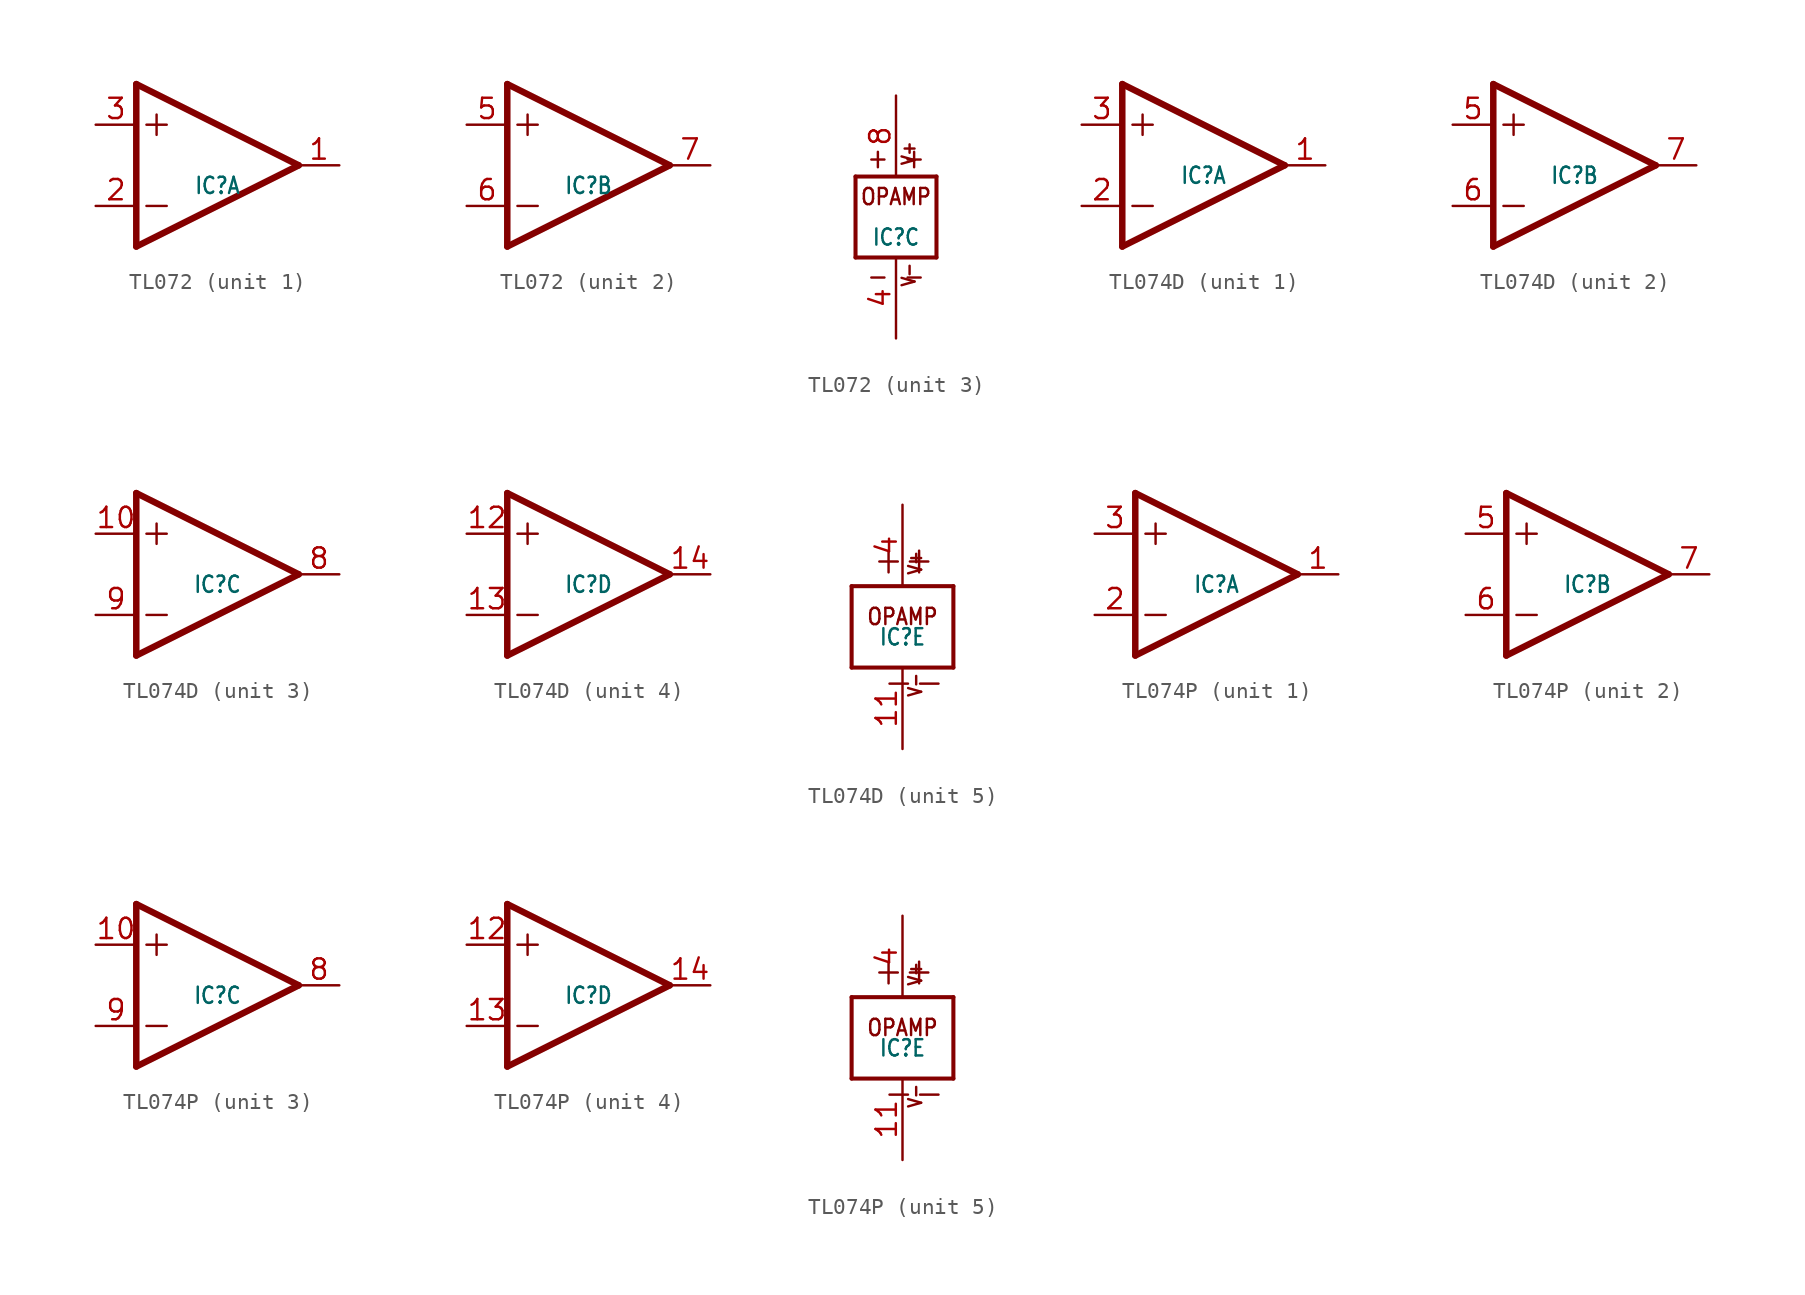
<source format=kicad_sym>
(kicad_symbol_lib
  (version 20231120)
  (generator "kicad_symbol_editor")
  (generator_version "8.0")
  (symbol "TL072"
    (property "Reference" "IC"
      (at 0 -1.27 0)
      (effects (font (size 1.016 0.864))))
    (property "ki_locked" ""
      (at 0 0 0)
      (effects (font (size 1.27 1.27))))
    (symbol "TL072_1_0"
      (polyline (pts (xy -5.08 -5.08) (xy 5.08 0)) (stroke (width 0.406) (type solid)) (fill (type none)))
      (polyline (pts (xy -5.08 5.08) (xy -5.08 -5.08)) (stroke (width 0.406) (type solid)) (fill (type none)))
      (polyline (pts (xy -4.445 -2.54) (xy -3.175 -2.54)) (stroke (width 0.152) (type solid)) (fill (type none)))
      (polyline (pts (xy -4.445 2.54) (xy -3.175 2.54)) (stroke (width 0.152) (type solid)) (fill (type none)))
      (polyline (pts (xy -3.81 3.175) (xy -3.81 1.905)) (stroke (width 0.152) (type solid)) (fill (type none)))
      (polyline (pts (xy 5.08 0) (xy -5.08 5.08)) (stroke (width 0.406) (type solid)) (fill (type none)))
      (pin output line (at 7.62 0 180) (length 2.54) (name "OUT" (effects (font (size 0 0)))) (number "1" (effects (font (size 1.27 1.27)))))
      (pin input line (at -7.62 -2.54 0) (length 2.54) (name "-IN" (effects (font (size 0 0)))) (number "2" (effects (font (size 1.27 1.27)))))
      (pin input line (at -7.62 2.54 0) (length 2.54) (name "+IN" (effects (font (size 0 0)))) (number "3" (effects (font (size 1.27 1.27))))))
    (symbol "TL072_2_0"
      (polyline (pts (xy -5.08 -5.08) (xy 5.08 0)) (stroke (width 0.406) (type solid)) (fill (type none)))
      (polyline (pts (xy -5.08 5.08) (xy -5.08 -5.08)) (stroke (width 0.406) (type solid)) (fill (type none)))
      (polyline (pts (xy -4.445 -2.54) (xy -3.175 -2.54)) (stroke (width 0.152) (type solid)) (fill (type none)))
      (polyline (pts (xy -4.445 2.54) (xy -3.175 2.54)) (stroke (width 0.152) (type solid)) (fill (type none)))
      (polyline (pts (xy -3.81 3.175) (xy -3.81 1.905)) (stroke (width 0.152) (type solid)) (fill (type none)))
      (polyline (pts (xy 5.08 0) (xy -5.08 5.08)) (stroke (width 0.406) (type solid)) (fill (type none)))
      (pin input line (at -7.62 2.54 0) (length 2.54) (name "+IN" (effects (font (size 0 0)))) (number "5" (effects (font (size 1.27 1.27)))))
      (pin input line (at -7.62 -2.54 0) (length 2.54) (name "-IN" (effects (font (size 0 0)))) (number "6" (effects (font (size 1.27 1.27)))))
      (pin output line (at 7.62 0 180) (length 2.54) (name "OUT" (effects (font (size 0 0)))) (number "7" (effects (font (size 1.27 1.27))))))
    (symbol "TL072_3_0"
      (polyline (pts (xy -2.54 -2.54) (xy -2.54 2.54)) (stroke (width 0.254) (type solid)) (fill (type none)))
      (polyline (pts (xy -2.54 2.54) (xy 2.54 2.54)) (stroke (width 0.254) (type solid)) (fill (type none)))
      (polyline (pts (xy 2.54 -2.54) (xy -2.54 -2.54)) (stroke (width 0.254) (type solid)) (fill (type none)))
      (polyline (pts (xy 2.54 2.54) (xy 2.54 -2.54)) (stroke (width 0.254) (type solid)) (fill (type none)))
      (text "+" (at -1.905 4.445 0) (effects (font (size 1.27 1.079)) (justify left top)))
      (text "+" (at 1.905 4.445 0) (effects (font (size 1.27 1.079)) (justify right top)))
      (text "-" (at -1.905 -4.445 0) (effects (font (size 1.27 1.079)) (justify left bottom)))
      (text "-" (at 1.905 -4.445 0) (effects (font (size 1.27 1.079)) (justify right bottom)))
      (text "OPAMP" (at 0 1.27 0) (effects (font (size 1.016 0.864))))
      (text "V+" (at 1.27 3.175 900) (effects (font (size 0.813 0.691)) (justify left bottom)))
      (text "V-" (at 1.27 -4.445 900) (effects (font (size 0.813 0.691)) (justify left bottom)))
      (pin power_in line (at 0 -7.62 90) (length 5.08) (name "V-" (effects (font (size 0 0)))) (number "4" (effects (font (size 1.27 1.27)))))
      (pin power_in line (at 0 7.62 270) (length 5.08) (name "V+" (effects (font (size 0 0)))) (number "8" (effects (font (size 1.27 1.27)))))))
  (symbol "TL074D"
    (property "Reference" "IC"
      (at 0 -0.635 0)
      (effects (font (size 1.016 0.864))))
    (property "ki_locked" ""
      (at 0 0 0)
      (effects (font (size 1.27 1.27))))
    (symbol "TL074D_1_0"
      (polyline (pts (xy -5.08 -5.08) (xy 5.08 0)) (stroke (width 0.406) (type solid)) (fill (type none)))
      (polyline (pts (xy -5.08 5.08) (xy -5.08 -5.08)) (stroke (width 0.406) (type solid)) (fill (type none)))
      (polyline (pts (xy -4.445 -2.54) (xy -3.175 -2.54)) (stroke (width 0.152) (type solid)) (fill (type none)))
      (polyline (pts (xy -4.445 2.54) (xy -3.175 2.54)) (stroke (width 0.152) (type solid)) (fill (type none)))
      (polyline (pts (xy -3.81 3.175) (xy -3.81 1.905)) (stroke (width 0.152) (type solid)) (fill (type none)))
      (polyline (pts (xy 5.08 0) (xy -5.08 5.08)) (stroke (width 0.406) (type solid)) (fill (type none)))
      (pin output line (at 7.62 0 180) (length 2.54) (name "OUT" (effects (font (size 0 0)))) (number "1" (effects (font (size 1.27 1.27)))))
      (pin input line (at -7.62 -2.54 0) (length 2.54) (name "-IN" (effects (font (size 0 0)))) (number "2" (effects (font (size 1.27 1.27)))))
      (pin input line (at -7.62 2.54 0) (length 2.54) (name "+IN" (effects (font (size 0 0)))) (number "3" (effects (font (size 1.27 1.27))))))
    (symbol "TL074D_2_0"
      (polyline (pts (xy -5.08 -5.08) (xy 5.08 0)) (stroke (width 0.406) (type solid)) (fill (type none)))
      (polyline (pts (xy -5.08 5.08) (xy -5.08 -5.08)) (stroke (width 0.406) (type solid)) (fill (type none)))
      (polyline (pts (xy -4.445 -2.54) (xy -3.175 -2.54)) (stroke (width 0.152) (type solid)) (fill (type none)))
      (polyline (pts (xy -4.445 2.54) (xy -3.175 2.54)) (stroke (width 0.152) (type solid)) (fill (type none)))
      (polyline (pts (xy -3.81 3.175) (xy -3.81 1.905)) (stroke (width 0.152) (type solid)) (fill (type none)))
      (polyline (pts (xy 5.08 0) (xy -5.08 5.08)) (stroke (width 0.406) (type solid)) (fill (type none)))
      (pin input line (at -7.62 2.54 0) (length 2.54) (name "+IN" (effects (font (size 0 0)))) (number "5" (effects (font (size 1.27 1.27)))))
      (pin input line (at -7.62 -2.54 0) (length 2.54) (name "-IN" (effects (font (size 0 0)))) (number "6" (effects (font (size 1.27 1.27)))))
      (pin output line (at 7.62 0 180) (length 2.54) (name "OUT" (effects (font (size 0 0)))) (number "7" (effects (font (size 1.27 1.27))))))
    (symbol "TL074D_3_0"
      (polyline (pts (xy -5.08 -5.08) (xy 5.08 0)) (stroke (width 0.406) (type solid)) (fill (type none)))
      (polyline (pts (xy -5.08 5.08) (xy -5.08 -5.08)) (stroke (width 0.406) (type solid)) (fill (type none)))
      (polyline (pts (xy -4.445 -2.54) (xy -3.175 -2.54)) (stroke (width 0.152) (type solid)) (fill (type none)))
      (polyline (pts (xy -4.445 2.54) (xy -3.175 2.54)) (stroke (width 0.152) (type solid)) (fill (type none)))
      (polyline (pts (xy -3.81 3.175) (xy -3.81 1.905)) (stroke (width 0.152) (type solid)) (fill (type none)))
      (polyline (pts (xy 5.08 0) (xy -5.08 5.08)) (stroke (width 0.406) (type solid)) (fill (type none)))
      (pin input line (at -7.62 2.54 0) (length 2.54) (name "+IN" (effects (font (size 0 0)))) (number "10" (effects (font (size 1.27 1.27)))))
      (pin output line (at 7.62 0 180) (length 2.54) (name "OUT" (effects (font (size 0 0)))) (number "8" (effects (font (size 1.27 1.27)))))
      (pin input line (at -7.62 -2.54 0) (length 2.54) (name "-IN" (effects (font (size 0 0)))) (number "9" (effects (font (size 1.27 1.27))))))
    (symbol "TL074D_4_0"
      (polyline (pts (xy -5.08 -5.08) (xy 5.08 0)) (stroke (width 0.406) (type solid)) (fill (type none)))
      (polyline (pts (xy -5.08 5.08) (xy -5.08 -5.08)) (stroke (width 0.406) (type solid)) (fill (type none)))
      (polyline (pts (xy -4.445 -2.54) (xy -3.175 -2.54)) (stroke (width 0.152) (type solid)) (fill (type none)))
      (polyline (pts (xy -4.445 2.54) (xy -3.175 2.54)) (stroke (width 0.152) (type solid)) (fill (type none)))
      (polyline (pts (xy -3.81 3.175) (xy -3.81 1.905)) (stroke (width 0.152) (type solid)) (fill (type none)))
      (polyline (pts (xy 5.08 0) (xy -5.08 5.08)) (stroke (width 0.406) (type solid)) (fill (type none)))
      (pin input line (at -7.62 2.54 0) (length 2.54) (name "+IN" (effects (font (size 0 0)))) (number "12" (effects (font (size 1.27 1.27)))))
      (pin input line (at -7.62 -2.54 0) (length 2.54) (name "-IN" (effects (font (size 0 0)))) (number "13" (effects (font (size 1.27 1.27)))))
      (pin output line (at 7.62 0 180) (length 2.54) (name "OUT" (effects (font (size 0 0)))) (number "14" (effects (font (size 1.27 1.27))))))
    (symbol "TL074D_5_0"
      (polyline (pts (xy -3.175 -2.54) (xy -3.175 2.54)) (stroke (width 0.254) (type solid)) (fill (type none)))
      (polyline (pts (xy -3.175 2.54) (xy 3.175 2.54)) (stroke (width 0.254) (type solid)) (fill (type none)))
      (polyline (pts (xy 3.175 -2.54) (xy -3.175 -2.54)) (stroke (width 0.254) (type solid)) (fill (type none)))
      (polyline (pts (xy 3.175 2.54) (xy 3.175 -2.54)) (stroke (width 0.254) (type solid)) (fill (type none)))
      (text "+" (at -1.905 3.175 0) (effects (font (size 1.778 1.511)) (justify left bottom)))
      (text "+" (at 0 3.175 0) (effects (font (size 1.778 1.511)) (justify left bottom)))
      (text "-" (at -1.27 -4.445 0) (effects (font (size 1.778 1.511)) (justify left bottom)))
      (text "-" (at 0.635 -4.445 0) (effects (font (size 1.778 1.511)) (justify left bottom)))
      (text "OPAMP" (at 0 0.635 0) (effects (font (size 1.016 0.864))))
      (text "V+" (at 1.27 3.175 900) (effects (font (size 0.813 0.691)) (justify left bottom)))
      (text "V-" (at 1.27 -4.445 900) (effects (font (size 0.813 0.691)) (justify left bottom)))
      (pin power_in line (at 0 -7.62 90) (length 5.08) (name "V-" (effects (font (size 0 0)))) (number "11" (effects (font (size 1.27 1.27)))))
      (pin power_in line (at 0 7.62 270) (length 5.08) (name "V+" (effects (font (size 0 0)))) (number "4" (effects (font (size 1.27 1.27)))))))
  (symbol "TL074P"
    (property "Reference" "IC"
      (at 0 -0.635 0)
      (effects (font (size 1.016 0.864))))
    (property "ki_locked" ""
      (at 0 0 0)
      (effects (font (size 1.27 1.27))))
    (symbol "TL074P_1_0"
      (polyline (pts (xy -5.08 -5.08) (xy 5.08 0)) (stroke (width 0.406) (type solid)) (fill (type none)))
      (polyline (pts (xy -5.08 5.08) (xy -5.08 -5.08)) (stroke (width 0.406) (type solid)) (fill (type none)))
      (polyline (pts (xy -4.445 -2.54) (xy -3.175 -2.54)) (stroke (width 0.152) (type solid)) (fill (type none)))
      (polyline (pts (xy -4.445 2.54) (xy -3.175 2.54)) (stroke (width 0.152) (type solid)) (fill (type none)))
      (polyline (pts (xy -3.81 3.175) (xy -3.81 1.905)) (stroke (width 0.152) (type solid)) (fill (type none)))
      (polyline (pts (xy 5.08 0) (xy -5.08 5.08)) (stroke (width 0.406) (type solid)) (fill (type none)))
      (pin output line (at 7.62 0 180) (length 2.54) (name "OUT" (effects (font (size 0 0)))) (number "1" (effects (font (size 1.27 1.27)))))
      (pin input line (at -7.62 -2.54 0) (length 2.54) (name "-IN" (effects (font (size 0 0)))) (number "2" (effects (font (size 1.27 1.27)))))
      (pin input line (at -7.62 2.54 0) (length 2.54) (name "+IN" (effects (font (size 0 0)))) (number "3" (effects (font (size 1.27 1.27))))))
    (symbol "TL074P_2_0"
      (polyline (pts (xy -5.08 -5.08) (xy 5.08 0)) (stroke (width 0.406) (type solid)) (fill (type none)))
      (polyline (pts (xy -5.08 5.08) (xy -5.08 -5.08)) (stroke (width 0.406) (type solid)) (fill (type none)))
      (polyline (pts (xy -4.445 -2.54) (xy -3.175 -2.54)) (stroke (width 0.152) (type solid)) (fill (type none)))
      (polyline (pts (xy -4.445 2.54) (xy -3.175 2.54)) (stroke (width 0.152) (type solid)) (fill (type none)))
      (polyline (pts (xy -3.81 3.175) (xy -3.81 1.905)) (stroke (width 0.152) (type solid)) (fill (type none)))
      (polyline (pts (xy 5.08 0) (xy -5.08 5.08)) (stroke (width 0.406) (type solid)) (fill (type none)))
      (pin input line (at -7.62 2.54 0) (length 2.54) (name "+IN" (effects (font (size 0 0)))) (number "5" (effects (font (size 1.27 1.27)))))
      (pin input line (at -7.62 -2.54 0) (length 2.54) (name "-IN" (effects (font (size 0 0)))) (number "6" (effects (font (size 1.27 1.27)))))
      (pin output line (at 7.62 0 180) (length 2.54) (name "OUT" (effects (font (size 0 0)))) (number "7" (effects (font (size 1.27 1.27))))))
    (symbol "TL074P_3_0"
      (polyline (pts (xy -5.08 -5.08) (xy 5.08 0)) (stroke (width 0.406) (type solid)) (fill (type none)))
      (polyline (pts (xy -5.08 5.08) (xy -5.08 -5.08)) (stroke (width 0.406) (type solid)) (fill (type none)))
      (polyline (pts (xy -4.445 -2.54) (xy -3.175 -2.54)) (stroke (width 0.152) (type solid)) (fill (type none)))
      (polyline (pts (xy -4.445 2.54) (xy -3.175 2.54)) (stroke (width 0.152) (type solid)) (fill (type none)))
      (polyline (pts (xy -3.81 3.175) (xy -3.81 1.905)) (stroke (width 0.152) (type solid)) (fill (type none)))
      (polyline (pts (xy 5.08 0) (xy -5.08 5.08)) (stroke (width 0.406) (type solid)) (fill (type none)))
      (pin input line (at -7.62 2.54 0) (length 2.54) (name "+IN" (effects (font (size 0 0)))) (number "10" (effects (font (size 1.27 1.27)))))
      (pin output line (at 7.62 0 180) (length 2.54) (name "OUT" (effects (font (size 0 0)))) (number "8" (effects (font (size 1.27 1.27)))))
      (pin input line (at -7.62 -2.54 0) (length 2.54) (name "-IN" (effects (font (size 0 0)))) (number "9" (effects (font (size 1.27 1.27))))))
    (symbol "TL074P_4_0"
      (polyline (pts (xy -5.08 -5.08) (xy 5.08 0)) (stroke (width 0.406) (type solid)) (fill (type none)))
      (polyline (pts (xy -5.08 5.08) (xy -5.08 -5.08)) (stroke (width 0.406) (type solid)) (fill (type none)))
      (polyline (pts (xy -4.445 -2.54) (xy -3.175 -2.54)) (stroke (width 0.152) (type solid)) (fill (type none)))
      (polyline (pts (xy -4.445 2.54) (xy -3.175 2.54)) (stroke (width 0.152) (type solid)) (fill (type none)))
      (polyline (pts (xy -3.81 3.175) (xy -3.81 1.905)) (stroke (width 0.152) (type solid)) (fill (type none)))
      (polyline (pts (xy 5.08 0) (xy -5.08 5.08)) (stroke (width 0.406) (type solid)) (fill (type none)))
      (pin input line (at -7.62 2.54 0) (length 2.54) (name "+IN" (effects (font (size 0 0)))) (number "12" (effects (font (size 1.27 1.27)))))
      (pin input line (at -7.62 -2.54 0) (length 2.54) (name "-IN" (effects (font (size 0 0)))) (number "13" (effects (font (size 1.27 1.27)))))
      (pin output line (at 7.62 0 180) (length 2.54) (name "OUT" (effects (font (size 0 0)))) (number "14" (effects (font (size 1.27 1.27))))))
    (symbol "TL074P_5_0"
      (polyline (pts (xy -3.175 -2.54) (xy -3.175 2.54)) (stroke (width 0.254) (type solid)) (fill (type none)))
      (polyline (pts (xy -3.175 2.54) (xy 3.175 2.54)) (stroke (width 0.254) (type solid)) (fill (type none)))
      (polyline (pts (xy 3.175 -2.54) (xy -3.175 -2.54)) (stroke (width 0.254) (type solid)) (fill (type none)))
      (polyline (pts (xy 3.175 2.54) (xy 3.175 -2.54)) (stroke (width 0.254) (type solid)) (fill (type none)))
      (text "+" (at -1.905 3.175 0) (effects (font (size 1.778 1.511)) (justify left bottom)))
      (text "+" (at 0 3.175 0) (effects (font (size 1.778 1.511)) (justify left bottom)))
      (text "-" (at -1.27 -4.445 0) (effects (font (size 1.778 1.511)) (justify left bottom)))
      (text "-" (at 0.635 -4.445 0) (effects (font (size 1.778 1.511)) (justify left bottom)))
      (text "OPAMP" (at 0 0.635 0) (effects (font (size 1.016 0.864))))
      (text "V+" (at 1.27 3.175 900) (effects (font (size 0.813 0.691)) (justify left bottom)))
      (text "V-" (at 1.27 -4.445 900) (effects (font (size 0.813 0.691)) (justify left bottom)))
      (pin power_in line (at 0 -7.62 90) (length 5.08) (name "V-" (effects (font (size 0 0)))) (number "11" (effects (font (size 1.27 1.27)))))
      (pin power_in line (at 0 7.62 270) (length 5.08) (name "V+" (effects (font (size 0 0)))) (number "4" (effects (font (size 1.27 1.27))))))))
</source>
